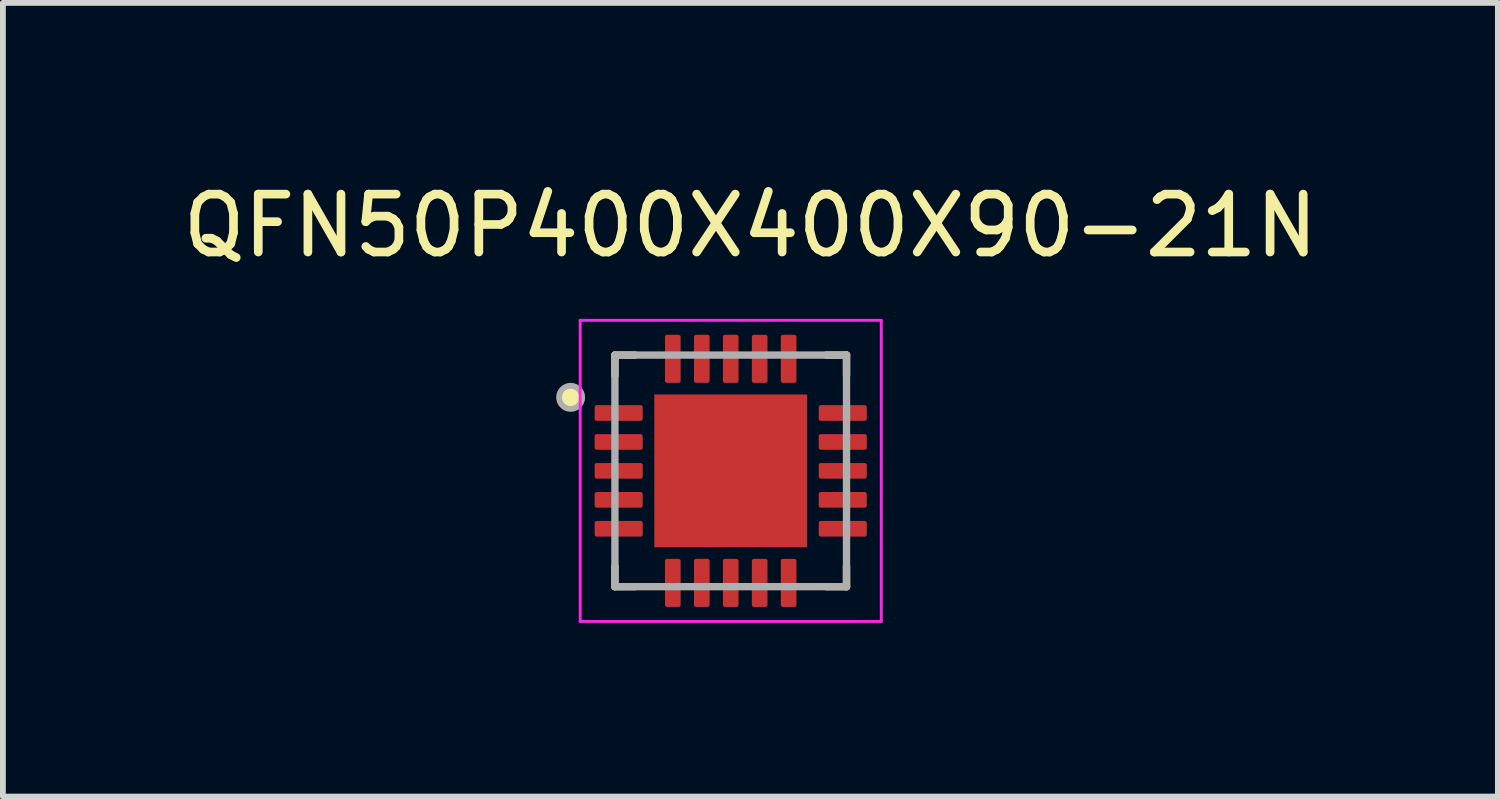
<source format=kicad_pcb>
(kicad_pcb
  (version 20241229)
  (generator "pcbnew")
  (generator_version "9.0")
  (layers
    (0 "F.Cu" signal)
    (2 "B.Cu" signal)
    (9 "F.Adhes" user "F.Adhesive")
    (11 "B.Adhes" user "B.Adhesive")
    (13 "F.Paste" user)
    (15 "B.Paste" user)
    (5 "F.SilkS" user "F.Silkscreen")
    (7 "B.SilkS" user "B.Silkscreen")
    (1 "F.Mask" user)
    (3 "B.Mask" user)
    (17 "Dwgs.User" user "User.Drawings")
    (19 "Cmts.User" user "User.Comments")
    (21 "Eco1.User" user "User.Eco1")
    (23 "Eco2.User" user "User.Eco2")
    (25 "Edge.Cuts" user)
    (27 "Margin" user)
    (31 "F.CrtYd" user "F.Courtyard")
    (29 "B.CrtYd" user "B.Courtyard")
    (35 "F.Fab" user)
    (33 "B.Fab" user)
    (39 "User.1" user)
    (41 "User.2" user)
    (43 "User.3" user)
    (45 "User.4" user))
  (footprint "QFN50P400X400X90-21N"
    (layer "F.Cu")
    (at 9.571 5.083)
    (property "Reference" "QFN50P400X400X90-21N" (at 0.34 -4.235 0) (layer "F.SilkS") (effects (font (size 1 1) (thickness 0.15))))
    (attr smd allow_soldermask_bridges)
    (fp_line (start -2 -2) (end -2 -1.65) (stroke (width 0.127) (type solid)) (layer "F.SilkS"))
    (fp_line (start -2 -2) (end -1.65 -2) (stroke (width 0.127) (type solid)) (layer "F.SilkS"))
    (fp_line (start -2 2) (end -2 1.65) (stroke (width 0.127) (type solid)) (layer "F.SilkS"))
    (fp_line (start -2 2) (end -1.65 2) (stroke (width 0.127) (type solid)) (layer "F.SilkS"))
    (fp_line (start 2 -2) (end 1.65 -2) (stroke (width 0.127) (type solid)) (layer "F.SilkS"))
    (fp_line (start 2 -2) (end 2 -1.65) (stroke (width 0.127) (type solid)) (layer "F.SilkS"))
    (fp_line (start 2 2) (end 1.65 2) (stroke (width 0.127) (type solid)) (layer "F.SilkS"))
    (fp_line (start 2 2) (end 2 1.65) (stroke (width 0.127) (type solid)) (layer "F.SilkS"))
    (fp_circle (center -2.765 -1.27) (end -2.565 -1.27) (stroke (width 0) (type solid)) (fill yes) (layer "F.SilkS"))
    (fp_poly (pts (xy -1.15 -1.15) (xy -0.17 -1.15) (xy -0.17 -0.17) (xy -1.15 -0.17)) (stroke (width 0.01) (type solid)) (fill yes) (layer "F.Paste"))
    (fp_poly (pts (xy -1.15 0.17) (xy -0.17 0.17) (xy -0.17 1.15) (xy -1.15 1.15)) (stroke (width 0.01) (type solid)) (fill yes) (layer "F.Paste"))
    (fp_poly (pts (xy 0.17 -1.15) (xy 1.15 -1.15) (xy 1.15 -0.17) (xy 0.17 -0.17)) (stroke (width 0.01) (type solid)) (fill yes) (layer "F.Paste"))
    (fp_poly (pts (xy 0.17 0.17) (xy 1.15 0.17) (xy 1.15 1.15) (xy 0.17 1.15)) (stroke (width 0.01) (type solid)) (fill yes) (layer "F.Paste"))
    (fp_line (start -2.6 -2.6) (end 2.6 -2.6) (stroke (width 0.05) (type solid)) (layer "F.CrtYd"))
    (fp_line (start -2.6 2.6) (end -2.6 -2.6) (stroke (width 0.05) (type solid)) (layer "F.CrtYd"))
    (fp_line (start -2.6 2.6) (end 2.6 2.6) (stroke (width 0.05) (type solid)) (layer "F.CrtYd"))
    (fp_line (start 2.6 2.6) (end 2.6 -2.6) (stroke (width 0.05) (type solid)) (layer "F.CrtYd"))
    (fp_line (start -2 2) (end -2 -2) (stroke (width 0.127) (type solid)) (layer "F.Fab"))
    (fp_line (start 2 -2) (end -2 -2) (stroke (width 0.127) (type solid)) (layer "F.Fab"))
    (fp_line (start 2 2) (end -2 2) (stroke (width 0.127) (type solid)) (layer "F.Fab"))
    (fp_line (start 2 2) (end 2 -2) (stroke (width 0.127) (type solid)) (layer "F.Fab"))
    (fp_circle (center -2.765 -1.27) (end -2.565 -1.27) (stroke (width 0.1) (type solid)) (fill no) (layer "F.Fab"))
    (pad "1" smd roundrect (at -1.935 -1) (size 0.83 0.27) (layers "F.Cu" "F.Mask" "F.Paste") (roundrect_rratio 0.125))
    (pad "2" smd roundrect (at -1.935 -0.5) (size 0.83 0.27) (layers "F.Cu" "F.Mask" "F.Paste") (roundrect_rratio 0.125))
    (pad "3" smd roundrect (at -1.935 0) (size 0.83 0.27) (layers "F.Cu" "F.Mask" "F.Paste") (roundrect_rratio 0.125))
    (pad "4" smd roundrect (at -1.935 0.5) (size 0.83 0.27) (layers "F.Cu" "F.Mask" "F.Paste") (roundrect_rratio 0.125))
    (pad "5" smd roundrect (at -1.935 1) (size 0.83 0.27) (layers "F.Cu" "F.Mask" "F.Paste") (roundrect_rratio 0.125))
    (pad "6" smd roundrect (at -1 1.935) (size 0.27 0.83) (layers "F.Cu" "F.Mask" "F.Paste") (roundrect_rratio 0.125))
    (pad "7" smd roundrect (at -0.5 1.935) (size 0.27 0.83) (layers "F.Cu" "F.Mask" "F.Paste") (roundrect_rratio 0.125))
    (pad "8" smd roundrect (at 0 1.935) (size 0.27 0.83) (layers "F.Cu" "F.Mask" "F.Paste") (roundrect_rratio 0.125))
    (pad "9" smd roundrect (at 0.5 1.935) (size 0.27 0.83) (layers "F.Cu" "F.Mask" "F.Paste") (roundrect_rratio 0.125))
    (pad "10" smd roundrect (at 1 1.935) (size 0.27 0.83) (layers "F.Cu" "F.Mask" "F.Paste") (roundrect_rratio 0.125))
    (pad "11" smd roundrect (at 1.935 1) (size 0.83 0.27) (layers "F.Cu" "F.Mask" "F.Paste") (roundrect_rratio 0.125))
    (pad "12" smd roundrect (at 1.935 0.5) (size 0.83 0.27) (layers "F.Cu" "F.Mask" "F.Paste") (roundrect_rratio 0.125))
    (pad "13" smd roundrect (at 1.935 0) (size 0.83 0.27) (layers "F.Cu" "F.Mask" "F.Paste") (roundrect_rratio 0.125))
    (pad "14" smd roundrect (at 1.935 -0.5) (size 0.83 0.27) (layers "F.Cu" "F.Mask" "F.Paste") (roundrect_rratio 0.125))
    (pad "15" smd roundrect (at 1.935 -1) (size 0.83 0.27) (layers "F.Cu" "F.Mask" "F.Paste") (roundrect_rratio 0.125))
    (pad "16" smd roundrect (at 1 -1.935) (size 0.27 0.83) (layers "F.Cu" "F.Mask" "F.Paste") (roundrect_rratio 0.125))
    (pad "17" smd roundrect (at 0.5 -1.935) (size 0.27 0.83) (layers "F.Cu" "F.Mask" "F.Paste") (roundrect_rratio 0.125))
    (pad "18" smd roundrect (at 0 -1.935) (size 0.27 0.83) (layers "F.Cu" "F.Mask" "F.Paste") (roundrect_rratio 0.125))
    (pad "19" smd roundrect (at -0.5 -1.935) (size 0.27 0.83) (layers "F.Cu" "F.Mask" "F.Paste") (roundrect_rratio 0.125))
    (pad "20" smd roundrect (at -1 -1.935) (size 0.27 0.83) (layers "F.Cu" "F.Mask" "F.Paste") (roundrect_rratio 0.125))
    (pad "21" smd rect (at 0 0) (size 2.64 2.64) (layers "F.Cu" "F.Mask")))
  (gr_rect
    (start -3 -3)
    (end 22.821 10.708)
    (stroke (width 0.1) (type default))
    (fill no)
    (layer "Edge.Cuts")))
</source>
